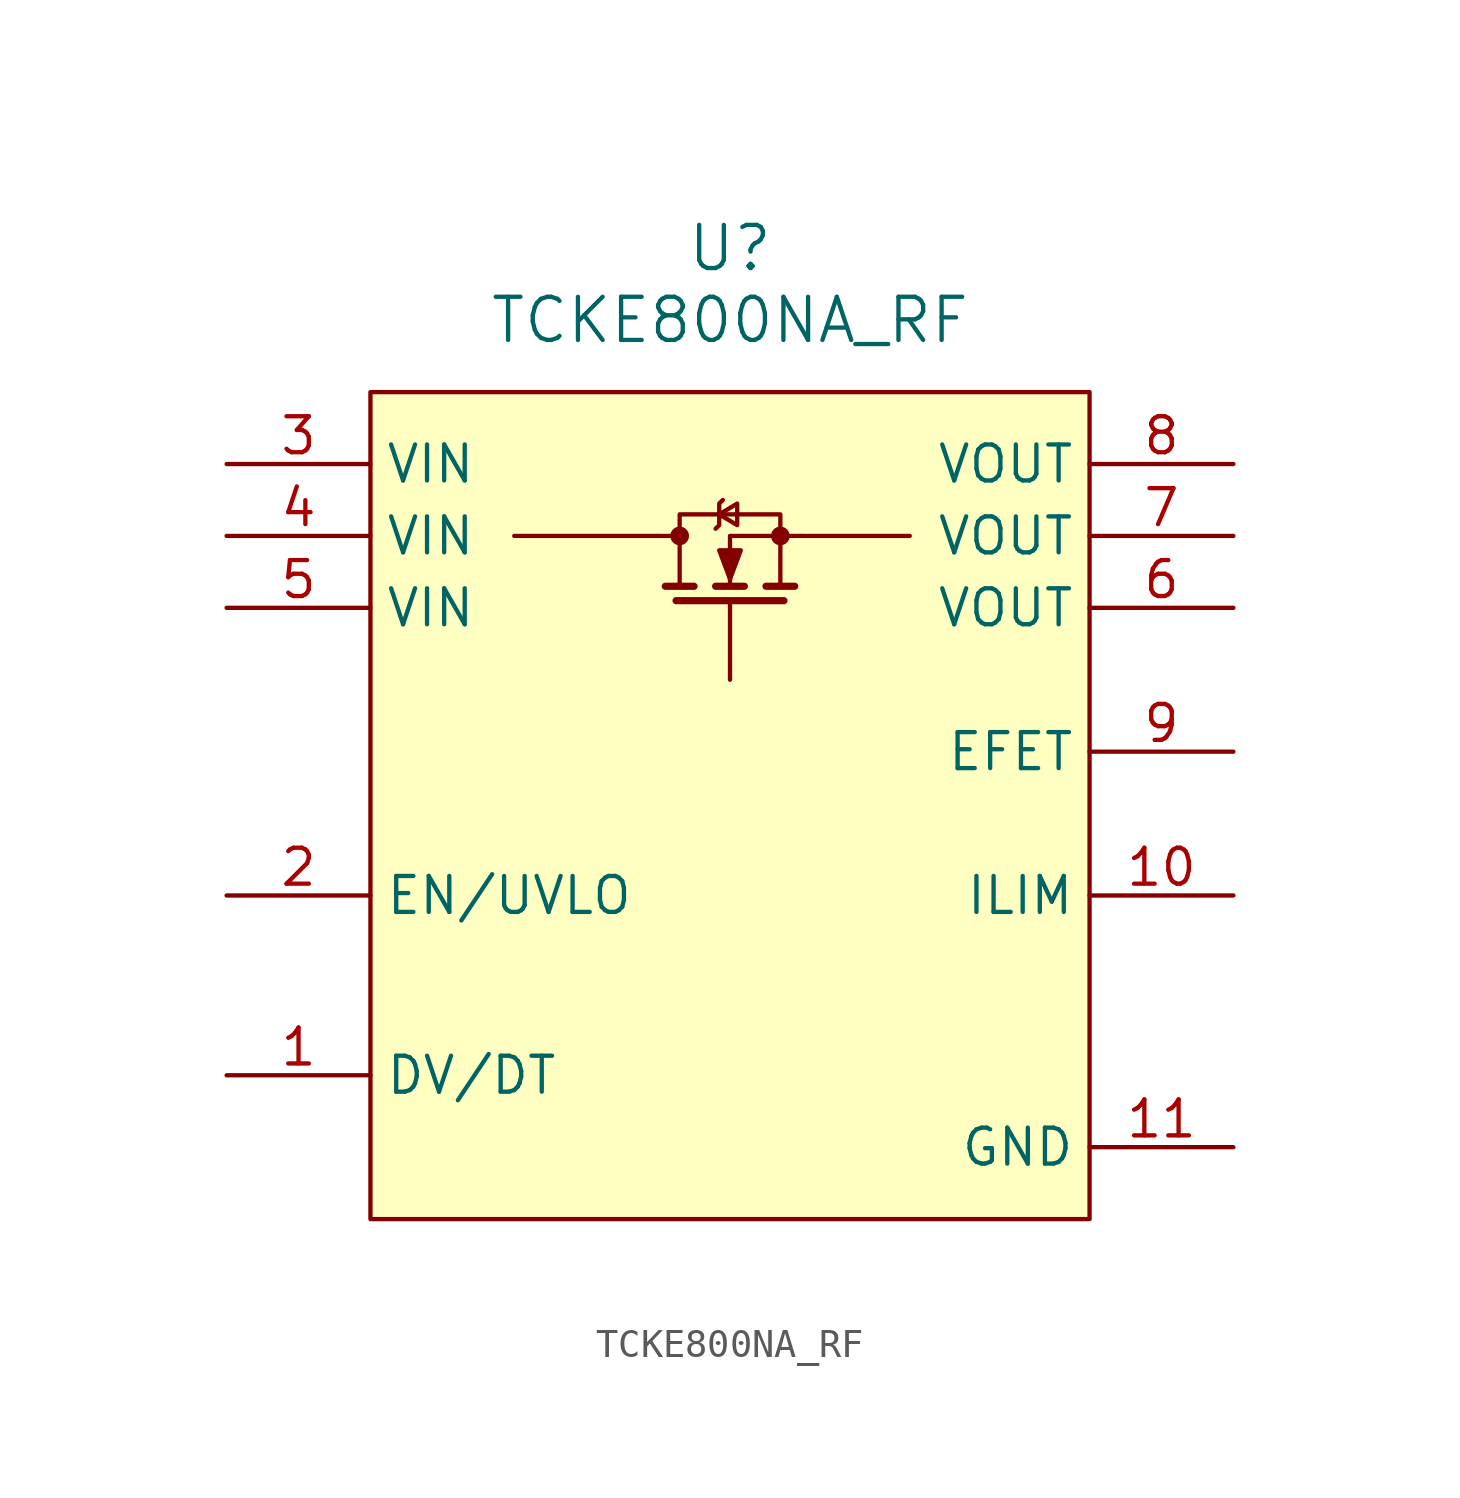
<source format=kicad_sym>
(kicad_symbol_lib
  (version 20220914)
  (generator kicad_symbol_editor)
  (symbol "TCKE800NA_RF"
    (property "Reference" "U"
      (at 0 21.59 0)
      (effects (font (size 1.524 1.524))))
    (property "Value" "TCKE800NA_RF"
      (at 0 19.05 0)
      (effects (font (size 1.524 1.524))))
    (symbol "TCKE800NA_RF_0_1"
      (circle (center -1.778 11.43) (radius 0.254) (stroke (width 0) (type default)) (fill (type outline)))
      (polyline (pts (xy -2.54 11.43) (xy -7.62 11.43)) (stroke (width 0) (type default)) (fill (type none)))
      (polyline (pts (xy -2.54 11.43) (xy -1.778 11.43)) (stroke (width 0) (type default)) (fill (type none)))
      (polyline (pts (xy -2.286 9.652) (xy -1.27 9.652)) (stroke (width 0.254) (type default)) (fill (type none)))
      (polyline (pts (xy -1.905 9.144) (xy 1.905 9.144)) (stroke (width 0.254) (type default)) (fill (type none)))
      (polyline (pts (xy -0.508 9.652) (xy 0.508 9.652)) (stroke (width 0.254) (type default)) (fill (type none)))
      (polyline (pts (xy 0 9.144) (xy 0 6.35)) (stroke (width 0) (type default)) (fill (type none)))
      (polyline (pts (xy 1.27 9.652) (xy 2.286 9.652)) (stroke (width 0.254) (type default)) (fill (type none)))
      (polyline (pts (xy 2.54 11.43) (xy 6.35 11.43)) (stroke (width 0) (type default)) (fill (type none)))
      (polyline (pts (xy 2.54 11.43) (xy 0 11.43) (xy 0 9.652)) (stroke (width 0) (type default)) (fill (type none)))
      (polyline (pts (xy -0.508 11.684) (xy -0.381 11.811) (xy -0.381 12.573) (xy -0.254 12.7)) (stroke (width 0) (type default)) (fill (type none)))
      (polyline (pts (xy -0.381 12.192) (xy 0.254 11.811) (xy 0.254 12.573) (xy -0.381 12.192)) (stroke (width 0) (type default)) (fill (type none)))
      (polyline (pts (xy 0 9.906) (xy -0.381 10.922) (xy 0.381 10.922) (xy 0 9.906)) (stroke (width 0) (type default)) (fill (type outline)))
      (polyline (pts (xy 1.778 9.652) (xy 1.778 12.192) (xy -1.778 12.192) (xy -1.778 9.652)) (stroke (width 0) (type default)) (fill (type none)))
      (circle (center 1.778 11.43) (radius 0.254) (stroke (width 0) (type default)) (fill (type outline)))
      (pin input line (at -17.78 -7.62 0) (length 5.08) (name "DV/DT" (effects (font (size 1.27 1.27)))) (number "1" (effects (font (size 1.27 1.27)))))
      (pin input line (at 17.78 -1.27 180) (length 5.08) (name "ILIM" (effects (font (size 1.27 1.27)))) (number "10" (effects (font (size 1.27 1.27)))))
      (pin power_out line (at 17.78 -10.16 180) (length 5.08) (name "GND" (effects (font (size 1.27 1.27)))) (number "11" (effects (font (size 1.27 1.27)))))
      (pin bidirectional line (at -17.78 -1.27 0) (length 5.08) (name "EN/UVLO" (effects (font (size 1.27 1.27)))) (number "2" (effects (font (size 1.27 1.27)))))
      (pin power_in line (at -17.78 13.97 0) (length 5.08) (name "VIN" (effects (font (size 1.27 1.27)))) (number "3" (effects (font (size 1.27 1.27)))))
      (pin power_in line (at -17.78 11.43 0) (length 5.08) (name "VIN" (effects (font (size 1.27 1.27)))) (number "4" (effects (font (size 1.27 1.27)))))
      (pin power_in line (at -17.78 8.89 0) (length 5.08) (name "VIN" (effects (font (size 1.27 1.27)))) (number "5" (effects (font (size 1.27 1.27)))))
      (pin output line (at 17.78 8.89 180) (length 5.08) (name "VOUT" (effects (font (size 1.27 1.27)))) (number "6" (effects (font (size 1.27 1.27)))))
      (pin output line (at 17.78 11.43 180) (length 5.08) (name "VOUT" (effects (font (size 1.27 1.27)))) (number "7" (effects (font (size 1.27 1.27)))))
      (pin output line (at 17.78 13.97 180) (length 5.08) (name "VOUT" (effects (font (size 1.27 1.27)))) (number "8" (effects (font (size 1.27 1.27)))))
      (pin unspecified line (at 17.78 3.81 180) (length 5.08) (name "EFET" (effects (font (size 1.27 1.27)))) (number "9" (effects (font (size 1.27 1.27))))))
    (symbol "TCKE800NA_RF_1_1"
      (rectangle (start -12.7 16.51) (end 12.7 -12.7) (stroke (width 0) (type default)) (fill (type background))))))
</source>
